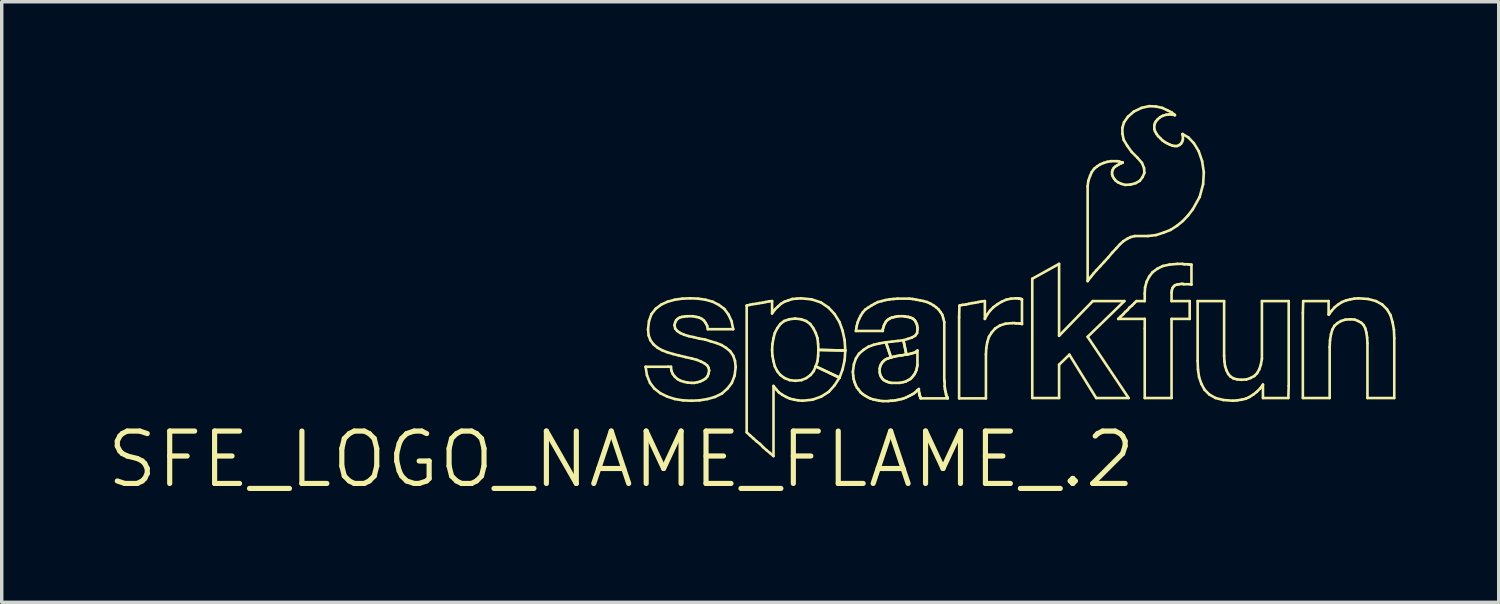
<source format=kicad_pcb>
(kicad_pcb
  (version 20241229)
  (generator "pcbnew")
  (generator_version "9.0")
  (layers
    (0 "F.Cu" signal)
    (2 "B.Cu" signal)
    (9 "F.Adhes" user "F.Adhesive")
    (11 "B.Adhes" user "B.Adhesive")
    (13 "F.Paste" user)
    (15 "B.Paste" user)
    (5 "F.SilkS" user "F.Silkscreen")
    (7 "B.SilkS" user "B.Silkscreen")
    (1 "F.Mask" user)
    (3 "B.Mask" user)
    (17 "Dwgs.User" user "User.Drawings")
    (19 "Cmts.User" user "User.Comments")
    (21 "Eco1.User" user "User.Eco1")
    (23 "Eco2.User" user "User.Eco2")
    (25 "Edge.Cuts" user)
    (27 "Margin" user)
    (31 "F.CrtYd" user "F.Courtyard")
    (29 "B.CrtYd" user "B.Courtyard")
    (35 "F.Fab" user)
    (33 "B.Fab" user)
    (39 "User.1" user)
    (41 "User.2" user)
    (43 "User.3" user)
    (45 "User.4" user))
  (footprint "SFE_LOGO_NAME_FLAME_.2"
    (layer "F.Cu")
    (at 15.022 10.317)
    (property "Reference" "SFE_LOGO_NAME_FLAME_.2" (at 0 0 0) (layer "F.SilkS") (effects (font (size 1.524 1.524) (thickness 0.15))))
    (attr exclude_from_pos_files exclude_from_bom)
    (fp_line (start 0.709 -2.697) (end 1.359 -2.697) (stroke (width 0.076) (type solid)) (layer "F.SilkS"))
    (fp_line (start 0.749 -2.449) (end 0.709 -2.697) (stroke (width 0.076) (type solid)) (layer "F.SilkS"))
    (fp_line (start 0.78 -3.78) (end 0.808 -4.028) (stroke (width 0.076) (type solid)) (layer "F.SilkS"))
    (fp_line (start 0.798 -3.609) (end 0.78 -3.78) (stroke (width 0.076) (type solid)) (layer "F.SilkS"))
    (fp_line (start 0.808 -4.028) (end 0.879 -4.229) (stroke (width 0.076) (type solid)) (layer "F.SilkS"))
    (fp_line (start 0.838 -2.228) (end 0.749 -2.449) (stroke (width 0.076) (type solid)) (layer "F.SilkS"))
    (fp_line (start 0.848 -3.47) (end 0.798 -3.609) (stroke (width 0.076) (type solid)) (layer "F.SilkS"))
    (fp_line (start 0.879 -4.229) (end 1.008 -4.389) (stroke (width 0.076) (type solid)) (layer "F.SilkS"))
    (fp_line (start 0.94 -3.348) (end 0.848 -3.47) (stroke (width 0.076) (type solid)) (layer "F.SilkS"))
    (fp_line (start 0.968 -2.06) (end 0.838 -2.228) (stroke (width 0.076) (type solid)) (layer "F.SilkS"))
    (fp_line (start 1.008 -4.389) (end 1.168 -4.508) (stroke (width 0.076) (type solid)) (layer "F.SilkS"))
    (fp_line (start 1.059 -3.249) (end 0.94 -3.348) (stroke (width 0.076) (type solid)) (layer "F.SilkS"))
    (fp_line (start 1.138 -1.928) (end 0.968 -2.06) (stroke (width 0.076) (type solid)) (layer "F.SilkS"))
    (fp_line (start 1.168 -4.508) (end 1.349 -4.59) (stroke (width 0.076) (type solid)) (layer "F.SilkS"))
    (fp_line (start 1.189 -3.178) (end 1.059 -3.249) (stroke (width 0.076) (type solid)) (layer "F.SilkS"))
    (fp_line (start 1.339 -3.119) (end 1.189 -3.178) (stroke (width 0.076) (type solid)) (layer "F.SilkS"))
    (fp_line (start 1.339 -1.829) (end 1.138 -1.928) (stroke (width 0.076) (type solid)) (layer "F.SilkS"))
    (fp_line (start 1.349 -4.59) (end 1.56 -4.648) (stroke (width 0.076) (type solid)) (layer "F.SilkS"))
    (fp_line (start 1.359 -2.697) (end 1.448 -2.697) (stroke (width 0.076) (type solid)) (layer "F.SilkS"))
    (fp_line (start 1.448 -2.697) (end 1.458 -2.588) (stroke (width 0.076) (type solid)) (layer "F.SilkS"))
    (fp_line (start 1.458 -2.588) (end 1.499 -2.489) (stroke (width 0.076) (type solid)) (layer "F.SilkS"))
    (fp_line (start 1.499 -2.489) (end 1.56 -2.408) (stroke (width 0.076) (type solid)) (layer "F.SilkS"))
    (fp_line (start 1.509 -3.068) (end 1.339 -3.119) (stroke (width 0.076) (type solid)) (layer "F.SilkS"))
    (fp_line (start 1.549 -3.909) (end 1.57 -3.81) (stroke (width 0.076) (type solid)) (layer "F.SilkS"))
    (fp_line (start 1.56 -4.648) (end 1.778 -4.679) (stroke (width 0.076) (type solid)) (layer "F.SilkS"))
    (fp_line (start 1.56 -2.408) (end 1.638 -2.339) (stroke (width 0.076) (type solid)) (layer "F.SilkS"))
    (fp_line (start 1.56 -1.758) (end 1.339 -1.829) (stroke (width 0.076) (type solid)) (layer "F.SilkS"))
    (fp_line (start 1.57 -3.988) (end 1.549 -3.909) (stroke (width 0.076) (type solid)) (layer "F.SilkS"))
    (fp_line (start 1.57 -3.81) (end 1.628 -3.739) (stroke (width 0.076) (type solid)) (layer "F.SilkS"))
    (fp_line (start 1.598 -4.049) (end 1.57 -3.988) (stroke (width 0.076) (type solid)) (layer "F.SilkS"))
    (fp_line (start 1.628 -3.739) (end 1.72 -3.678) (stroke (width 0.076) (type solid)) (layer "F.SilkS"))
    (fp_line (start 1.638 -4.089) (end 1.598 -4.049) (stroke (width 0.076) (type solid)) (layer "F.SilkS"))
    (fp_line (start 1.638 -2.339) (end 1.73 -2.289) (stroke (width 0.076) (type solid)) (layer "F.SilkS"))
    (fp_line (start 1.669 -3.028) (end 1.509 -3.068) (stroke (width 0.076) (type solid)) (layer "F.SilkS"))
    (fp_line (start 1.699 -4.128) (end 1.638 -4.089) (stroke (width 0.076) (type solid)) (layer "F.SilkS"))
    (fp_line (start 1.72 -3.678) (end 1.829 -3.63) (stroke (width 0.076) (type solid)) (layer "F.SilkS"))
    (fp_line (start 1.73 -2.289) (end 1.829 -2.258) (stroke (width 0.076) (type solid)) (layer "F.SilkS"))
    (fp_line (start 1.768 -4.148) (end 1.699 -4.128) (stroke (width 0.076) (type solid)) (layer "F.SilkS"))
    (fp_line (start 1.778 -4.679) (end 2.009 -4.689) (stroke (width 0.076) (type solid)) (layer "F.SilkS"))
    (fp_line (start 1.798 -1.72) (end 1.56 -1.758) (stroke (width 0.076) (type solid)) (layer "F.SilkS"))
    (fp_line (start 1.829 -3.63) (end 1.958 -3.589) (stroke (width 0.076) (type solid)) (layer "F.SilkS"))
    (fp_line (start 1.829 -2.258) (end 1.928 -2.238) (stroke (width 0.076) (type solid)) (layer "F.SilkS"))
    (fp_line (start 1.839 -4.158) (end 1.768 -4.148) (stroke (width 0.076) (type solid)) (layer "F.SilkS"))
    (fp_line (start 1.869 -2.979) (end 1.669 -3.028) (stroke (width 0.076) (type solid)) (layer "F.SilkS"))
    (fp_line (start 1.918 -4.168) (end 1.839 -4.158) (stroke (width 0.076) (type solid)) (layer "F.SilkS"))
    (fp_line (start 1.928 -2.238) (end 2.05 -2.228) (stroke (width 0.076) (type solid)) (layer "F.SilkS"))
    (fp_line (start 1.958 -3.589) (end 2.108 -3.559) (stroke (width 0.076) (type solid)) (layer "F.SilkS"))
    (fp_line (start 2.009 -4.689) (end 2.238 -4.679) (stroke (width 0.076) (type solid)) (layer "F.SilkS"))
    (fp_line (start 2.04 -1.709) (end 1.798 -1.72) (stroke (width 0.076) (type solid)) (layer "F.SilkS"))
    (fp_line (start 2.05 -2.939) (end 1.869 -2.979) (stroke (width 0.076) (type solid)) (layer "F.SilkS"))
    (fp_line (start 2.05 -2.228) (end 2.129 -2.228) (stroke (width 0.076) (type solid)) (layer "F.SilkS"))
    (fp_line (start 2.088 -4.168) (end 1.918 -4.168) (stroke (width 0.076) (type solid)) (layer "F.SilkS"))
    (fp_line (start 2.108 -3.559) (end 2.268 -3.518) (stroke (width 0.076) (type solid)) (layer "F.SilkS"))
    (fp_line (start 2.129 -2.228) (end 2.22 -2.248) (stroke (width 0.076) (type solid)) (layer "F.SilkS"))
    (fp_line (start 2.179 -4.148) (end 2.088 -4.168) (stroke (width 0.076) (type solid)) (layer "F.SilkS"))
    (fp_line (start 2.2 -2.898) (end 2.05 -2.939) (stroke (width 0.076) (type solid)) (layer "F.SilkS"))
    (fp_line (start 2.22 -2.248) (end 2.299 -2.268) (stroke (width 0.076) (type solid)) (layer "F.SilkS"))
    (fp_line (start 2.238 -4.679) (end 2.449 -4.648) (stroke (width 0.076) (type solid)) (layer "F.SilkS"))
    (fp_line (start 2.268 -4.128) (end 2.179 -4.148) (stroke (width 0.076) (type solid)) (layer "F.SilkS"))
    (fp_line (start 2.268 -3.518) (end 2.438 -3.49) (stroke (width 0.076) (type solid)) (layer "F.SilkS"))
    (fp_line (start 2.278 -1.72) (end 2.04 -1.709) (stroke (width 0.076) (type solid)) (layer "F.SilkS"))
    (fp_line (start 2.299 -2.268) (end 2.38 -2.309) (stroke (width 0.076) (type solid)) (layer "F.SilkS"))
    (fp_line (start 2.319 -2.85) (end 2.2 -2.898) (stroke (width 0.076) (type solid)) (layer "F.SilkS"))
    (fp_line (start 2.349 -4.089) (end 2.268 -4.128) (stroke (width 0.076) (type solid)) (layer "F.SilkS"))
    (fp_line (start 2.38 -2.309) (end 2.449 -2.349) (stroke (width 0.076) (type solid)) (layer "F.SilkS"))
    (fp_line (start 2.408 -4.039) (end 2.349 -4.089) (stroke (width 0.076) (type solid)) (layer "F.SilkS"))
    (fp_line (start 2.418 -2.799) (end 2.319 -2.85) (stroke (width 0.076) (type solid)) (layer "F.SilkS"))
    (fp_line (start 2.438 -3.49) (end 2.598 -3.439) (stroke (width 0.076) (type solid)) (layer "F.SilkS"))
    (fp_line (start 2.449 -4.648) (end 2.659 -4.59) (stroke (width 0.076) (type solid)) (layer "F.SilkS"))
    (fp_line (start 2.449 -2.349) (end 2.51 -2.418) (stroke (width 0.076) (type solid)) (layer "F.SilkS"))
    (fp_line (start 2.459 -3.967) (end 2.408 -4.039) (stroke (width 0.076) (type solid)) (layer "F.SilkS"))
    (fp_line (start 2.499 -3.889) (end 2.459 -3.967) (stroke (width 0.076) (type solid)) (layer "F.SilkS"))
    (fp_line (start 2.499 -2.738) (end 2.418 -2.799) (stroke (width 0.076) (type solid)) (layer "F.SilkS"))
    (fp_line (start 2.51 -2.418) (end 2.54 -2.499) (stroke (width 0.076) (type solid)) (layer "F.SilkS"))
    (fp_line (start 2.51 -1.758) (end 2.278 -1.72) (stroke (width 0.076) (type solid)) (layer "F.SilkS"))
    (fp_line (start 2.52 -3.79) (end 2.499 -3.889) (stroke (width 0.076) (type solid)) (layer "F.SilkS"))
    (fp_line (start 2.54 -2.67) (end 2.499 -2.738) (stroke (width 0.076) (type solid)) (layer "F.SilkS"))
    (fp_line (start 2.54 -2.499) (end 2.558 -2.588) (stroke (width 0.076) (type solid)) (layer "F.SilkS"))
    (fp_line (start 2.558 -2.588) (end 2.54 -2.67) (stroke (width 0.076) (type solid)) (layer "F.SilkS"))
    (fp_line (start 2.598 -3.439) (end 2.769 -3.388) (stroke (width 0.076) (type solid)) (layer "F.SilkS"))
    (fp_line (start 2.659 -4.59) (end 2.84 -4.498) (stroke (width 0.076) (type solid)) (layer "F.SilkS"))
    (fp_line (start 2.728 -1.819) (end 2.51 -1.758) (stroke (width 0.076) (type solid)) (layer "F.SilkS"))
    (fp_line (start 2.769 -3.388) (end 2.918 -3.33) (stroke (width 0.076) (type solid)) (layer "F.SilkS"))
    (fp_line (start 2.84 -4.498) (end 3 -4.379) (stroke (width 0.076) (type solid)) (layer "F.SilkS"))
    (fp_line (start 2.918 -3.33) (end 3.048 -3.249) (stroke (width 0.076) (type solid)) (layer "F.SilkS"))
    (fp_line (start 2.929 -1.918) (end 2.728 -1.819) (stroke (width 0.076) (type solid)) (layer "F.SilkS"))
    (fp_line (start 3 -4.379) (end 3.119 -4.219) (stroke (width 0.076) (type solid)) (layer "F.SilkS"))
    (fp_line (start 3.048 -3.249) (end 3.17 -3.15) (stroke (width 0.076) (type solid)) (layer "F.SilkS"))
    (fp_line (start 3.089 -2.06) (end 2.929 -1.918) (stroke (width 0.076) (type solid)) (layer "F.SilkS"))
    (fp_line (start 3.119 -4.219) (end 3.208 -4.028) (stroke (width 0.076) (type solid)) (layer "F.SilkS"))
    (fp_line (start 3.17 -3.15) (end 3.259 -3.018) (stroke (width 0.076) (type solid)) (layer "F.SilkS"))
    (fp_line (start 3.208 -4.028) (end 3.259 -3.79) (stroke (width 0.076) (type solid)) (layer "F.SilkS"))
    (fp_line (start 3.218 -2.228) (end 3.089 -2.06) (stroke (width 0.076) (type solid)) (layer "F.SilkS"))
    (fp_line (start 3.259 -3.79) (end 2.52 -3.79) (stroke (width 0.076) (type solid)) (layer "F.SilkS"))
    (fp_line (start 3.259 -3.018) (end 3.31 -2.868) (stroke (width 0.076) (type solid)) (layer "F.SilkS"))
    (fp_line (start 3.299 -2.438) (end 3.218 -2.228) (stroke (width 0.076) (type solid)) (layer "F.SilkS"))
    (fp_line (start 3.31 -2.868) (end 3.33 -2.69) (stroke (width 0.076) (type solid)) (layer "F.SilkS"))
    (fp_line (start 3.33 -2.69) (end 3.299 -2.438) (stroke (width 0.076) (type solid)) (layer "F.SilkS"))
    (fp_line (start 3.65 -4.478) (end 3.739 -4.498) (stroke (width 0.076) (type solid)) (layer "F.SilkS"))
    (fp_line (start 3.65 -0.79) (end 3.65 -4.478) (stroke (width 0.076) (type solid)) (layer "F.SilkS"))
    (fp_line (start 3.739 -4.498) (end 3.828 -4.519) (stroke (width 0.076) (type solid)) (layer "F.SilkS"))
    (fp_line (start 3.749 -0.699) (end 3.65 -0.79) (stroke (width 0.076) (type solid)) (layer "F.SilkS"))
    (fp_line (start 3.828 -4.519) (end 3.929 -4.529) (stroke (width 0.076) (type solid)) (layer "F.SilkS"))
    (fp_line (start 3.838 -0.62) (end 3.749 -0.699) (stroke (width 0.076) (type solid)) (layer "F.SilkS"))
    (fp_line (start 3.929 -4.529) (end 4.018 -4.549) (stroke (width 0.076) (type solid)) (layer "F.SilkS"))
    (fp_line (start 3.94 -0.528) (end 3.838 -0.62) (stroke (width 0.076) (type solid)) (layer "F.SilkS"))
    (fp_line (start 4.018 -4.549) (end 4.11 -4.559) (stroke (width 0.076) (type solid)) (layer "F.SilkS"))
    (fp_line (start 4.039 -0.45) (end 3.94 -0.528) (stroke (width 0.076) (type solid)) (layer "F.SilkS"))
    (fp_line (start 4.11 -4.559) (end 4.199 -4.58) (stroke (width 0.076) (type solid)) (layer "F.SilkS"))
    (fp_line (start 4.128 -0.358) (end 4.039 -0.45) (stroke (width 0.076) (type solid)) (layer "F.SilkS"))
    (fp_line (start 4.199 -4.58) (end 4.298 -4.6) (stroke (width 0.076) (type solid)) (layer "F.SilkS"))
    (fp_line (start 4.229 -0.269) (end 4.128 -0.358) (stroke (width 0.076) (type solid)) (layer "F.SilkS"))
    (fp_line (start 4.298 -4.6) (end 4.389 -4.608) (stroke (width 0.076) (type solid)) (layer "F.SilkS"))
    (fp_line (start 4.328 -0.188) (end 4.229 -0.269) (stroke (width 0.076) (type solid)) (layer "F.SilkS"))
    (fp_line (start 4.389 -4.608) (end 4.389 -4.249) (stroke (width 0.076) (type solid)) (layer "F.SilkS"))
    (fp_line (start 4.389 -4.249) (end 4.468 -4.359) (stroke (width 0.076) (type solid)) (layer "F.SilkS"))
    (fp_line (start 4.389 -3.188) (end 4.399 -3.018) (stroke (width 0.076) (type solid)) (layer "F.SilkS"))
    (fp_line (start 4.399 -3.358) (end 4.389 -3.188) (stroke (width 0.076) (type solid)) (layer "F.SilkS"))
    (fp_line (start 4.399 -3.018) (end 4.43 -2.857) (stroke (width 0.076) (type solid)) (layer "F.SilkS"))
    (fp_line (start 4.43 -3.528) (end 4.399 -3.358) (stroke (width 0.076) (type solid)) (layer "F.SilkS"))
    (fp_line (start 4.43 -2.857) (end 4.468 -2.708) (stroke (width 0.076) (type solid)) (layer "F.SilkS"))
    (fp_line (start 4.43 -2.139) (end 4.43 -0.099) (stroke (width 0.076) (type solid)) (layer "F.SilkS"))
    (fp_line (start 4.43 -0.099) (end 4.328 -0.188) (stroke (width 0.076) (type solid)) (layer "F.SilkS"))
    (fp_line (start 4.468 -4.359) (end 4.559 -4.448) (stroke (width 0.076) (type solid)) (layer "F.SilkS"))
    (fp_line (start 4.468 -3.678) (end 4.43 -3.528) (stroke (width 0.076) (type solid)) (layer "F.SilkS"))
    (fp_line (start 4.468 -2.708) (end 4.539 -2.568) (stroke (width 0.076) (type solid)) (layer "F.SilkS"))
    (fp_line (start 4.508 -2.04) (end 4.43 -2.139) (stroke (width 0.076) (type solid)) (layer "F.SilkS"))
    (fp_line (start 4.539 -3.818) (end 4.468 -3.678) (stroke (width 0.076) (type solid)) (layer "F.SilkS"))
    (fp_line (start 4.539 -2.568) (end 4.628 -2.459) (stroke (width 0.076) (type solid)) (layer "F.SilkS"))
    (fp_line (start 4.559 -4.448) (end 4.648 -4.529) (stroke (width 0.076) (type solid)) (layer "F.SilkS"))
    (fp_line (start 4.59 -1.948) (end 4.508 -2.04) (stroke (width 0.076) (type solid)) (layer "F.SilkS"))
    (fp_line (start 4.628 -3.94) (end 4.539 -3.818) (stroke (width 0.076) (type solid)) (layer "F.SilkS"))
    (fp_line (start 4.628 -2.459) (end 4.75 -2.37) (stroke (width 0.076) (type solid)) (layer "F.SilkS"))
    (fp_line (start 4.648 -4.529) (end 4.75 -4.59) (stroke (width 0.076) (type solid)) (layer "F.SilkS"))
    (fp_line (start 4.689 -1.88) (end 4.59 -1.948) (stroke (width 0.076) (type solid)) (layer "F.SilkS"))
    (fp_line (start 4.74 -4.028) (end 4.628 -3.94) (stroke (width 0.076) (type solid)) (layer "F.SilkS"))
    (fp_line (start 4.75 -4.59) (end 4.859 -4.628) (stroke (width 0.076) (type solid)) (layer "F.SilkS"))
    (fp_line (start 4.75 -2.37) (end 4.9 -2.309) (stroke (width 0.076) (type solid)) (layer "F.SilkS"))
    (fp_line (start 4.798 -1.819) (end 4.689 -1.88) (stroke (width 0.076) (type solid)) (layer "F.SilkS"))
    (fp_line (start 4.859 -4.628) (end 4.978 -4.669) (stroke (width 0.076) (type solid)) (layer "F.SilkS"))
    (fp_line (start 4.889 -4.079) (end 4.74 -4.028) (stroke (width 0.076) (type solid)) (layer "F.SilkS"))
    (fp_line (start 4.9 -2.309) (end 5.07 -2.289) (stroke (width 0.076) (type solid)) (layer "F.SilkS"))
    (fp_line (start 4.91 -1.768) (end 4.798 -1.819) (stroke (width 0.076) (type solid)) (layer "F.SilkS"))
    (fp_line (start 4.978 -4.669) (end 5.108 -4.679) (stroke (width 0.076) (type solid)) (layer "F.SilkS"))
    (fp_line (start 5.029 -1.74) (end 4.91 -1.768) (stroke (width 0.076) (type solid)) (layer "F.SilkS"))
    (fp_line (start 5.06 -4.1) (end 4.889 -4.079) (stroke (width 0.076) (type solid)) (layer "F.SilkS"))
    (fp_line (start 5.07 -2.289) (end 5.248 -2.309) (stroke (width 0.076) (type solid)) (layer "F.SilkS"))
    (fp_line (start 5.108 -4.679) (end 5.23 -4.689) (stroke (width 0.076) (type solid)) (layer "F.SilkS"))
    (fp_line (start 5.149 -1.72) (end 5.029 -1.74) (stroke (width 0.076) (type solid)) (layer "F.SilkS"))
    (fp_line (start 5.23 -4.689) (end 5.54 -4.658) (stroke (width 0.076) (type solid)) (layer "F.SilkS"))
    (fp_line (start 5.237 -4.079) (end 5.06 -4.1) (stroke (width 0.076) (type solid)) (layer "F.SilkS"))
    (fp_line (start 5.248 -2.309) (end 5.39 -2.37) (stroke (width 0.076) (type solid)) (layer "F.SilkS"))
    (fp_line (start 5.278 -1.709) (end 5.149 -1.72) (stroke (width 0.076) (type solid)) (layer "F.SilkS"))
    (fp_line (start 5.38 -4.028) (end 5.237 -4.079) (stroke (width 0.076) (type solid)) (layer "F.SilkS"))
    (fp_line (start 5.39 -2.37) (end 5.509 -2.459) (stroke (width 0.076) (type solid)) (layer "F.SilkS"))
    (fp_line (start 5.499 -3.94) (end 5.38 -4.028) (stroke (width 0.076) (type solid)) (layer "F.SilkS"))
    (fp_line (start 5.509 -2.459) (end 5.598 -2.568) (stroke (width 0.076) (type solid)) (layer "F.SilkS"))
    (fp_line (start 5.54 -4.658) (end 5.809 -4.569) (stroke (width 0.076) (type solid)) (layer "F.SilkS"))
    (fp_line (start 5.568 -1.74) (end 5.278 -1.709) (stroke (width 0.076) (type solid)) (layer "F.SilkS"))
    (fp_line (start 5.588 -3.818) (end 5.499 -3.94) (stroke (width 0.076) (type solid)) (layer "F.SilkS"))
    (fp_line (start 5.598 -2.568) (end 5.659 -2.708) (stroke (width 0.076) (type solid)) (layer "F.SilkS"))
    (fp_line (start 5.659 -3.678) (end 5.588 -3.818) (stroke (width 0.076) (type solid)) (layer "F.SilkS"))
    (fp_line (start 5.659 -2.708) (end 5.71 -2.857) (stroke (width 0.076) (type solid)) (layer "F.SilkS"))
    (fp_line (start 5.659 -2.708) (end 6.35 -2.38) (stroke (width 0.076) (type solid)) (layer "F.SilkS"))
    (fp_line (start 5.71 -3.528) (end 5.659 -3.678) (stroke (width 0.076) (type solid)) (layer "F.SilkS"))
    (fp_line (start 5.71 -2.857) (end 5.728 -3.018) (stroke (width 0.076) (type solid)) (layer "F.SilkS"))
    (fp_line (start 5.728 -3.358) (end 5.71 -3.528) (stroke (width 0.076) (type solid)) (layer "F.SilkS"))
    (fp_line (start 5.728 -3.018) (end 5.738 -3.188) (stroke (width 0.076) (type solid)) (layer "F.SilkS"))
    (fp_line (start 5.738 -3.188) (end 5.728 -3.358) (stroke (width 0.076) (type solid)) (layer "F.SilkS"))
    (fp_line (start 5.738 -3.188) (end 6.518 -3.17) (stroke (width 0.076) (type solid)) (layer "F.SilkS"))
    (fp_line (start 5.809 -4.569) (end 6.03 -4.42) (stroke (width 0.076) (type solid)) (layer "F.SilkS"))
    (fp_line (start 5.819 -1.829) (end 5.568 -1.74) (stroke (width 0.076) (type solid)) (layer "F.SilkS"))
    (fp_line (start 6.03 -4.42) (end 6.208 -4.229) (stroke (width 0.076) (type solid)) (layer "F.SilkS"))
    (fp_line (start 6.038 -1.968) (end 5.819 -1.829) (stroke (width 0.076) (type solid)) (layer "F.SilkS"))
    (fp_line (start 6.208 -4.229) (end 6.35 -3.998) (stroke (width 0.076) (type solid)) (layer "F.SilkS"))
    (fp_line (start 6.208 -2.159) (end 6.038 -1.968) (stroke (width 0.076) (type solid)) (layer "F.SilkS"))
    (fp_line (start 6.35 -3.998) (end 6.439 -3.749) (stroke (width 0.076) (type solid)) (layer "F.SilkS"))
    (fp_line (start 6.35 -2.38) (end 5.659 -2.708) (stroke (width 0.076) (type solid)) (layer "F.SilkS"))
    (fp_line (start 6.35 -2.38) (end 6.208 -2.159) (stroke (width 0.076) (type solid)) (layer "F.SilkS"))
    (fp_line (start 6.439 -3.749) (end 6.5 -3.47) (stroke (width 0.076) (type solid)) (layer "F.SilkS"))
    (fp_line (start 6.439 -2.619) (end 6.35 -2.38) (stroke (width 0.076) (type solid)) (layer "F.SilkS"))
    (fp_line (start 6.5 -3.47) (end 6.518 -3.17) (stroke (width 0.076) (type solid)) (layer "F.SilkS"))
    (fp_line (start 6.5 -2.888) (end 6.439 -2.619) (stroke (width 0.076) (type solid)) (layer "F.SilkS"))
    (fp_line (start 6.518 -3.17) (end 5.738 -3.188) (stroke (width 0.076) (type solid)) (layer "F.SilkS"))
    (fp_line (start 6.518 -3.17) (end 6.5 -2.888) (stroke (width 0.076) (type solid)) (layer "F.SilkS"))
    (fp_line (start 6.739 -2.548) (end 6.769 -2.769) (stroke (width 0.076) (type solid)) (layer "F.SilkS"))
    (fp_line (start 6.749 -2.438) (end 6.739 -2.548) (stroke (width 0.076) (type solid)) (layer "F.SilkS"))
    (fp_line (start 6.759 -2.349) (end 6.749 -2.438) (stroke (width 0.076) (type solid)) (layer "F.SilkS"))
    (fp_line (start 6.769 -2.769) (end 6.828 -2.939) (stroke (width 0.076) (type solid)) (layer "F.SilkS"))
    (fp_line (start 6.789 -2.248) (end 6.759 -2.349) (stroke (width 0.076) (type solid)) (layer "F.SilkS"))
    (fp_line (start 6.82 -2.169) (end 6.789 -2.248) (stroke (width 0.076) (type solid)) (layer "F.SilkS"))
    (fp_line (start 6.828 -3.739) (end 6.848 -3.868) (stroke (width 0.076) (type solid)) (layer "F.SilkS"))
    (fp_line (start 6.828 -2.939) (end 6.919 -3.078) (stroke (width 0.076) (type solid)) (layer "F.SilkS"))
    (fp_line (start 6.848 -3.868) (end 6.878 -3.988) (stroke (width 0.076) (type solid)) (layer "F.SilkS"))
    (fp_line (start 6.858 -2.088) (end 6.82 -2.169) (stroke (width 0.076) (type solid)) (layer "F.SilkS"))
    (fp_line (start 6.878 -3.988) (end 6.919 -4.089) (stroke (width 0.076) (type solid)) (layer "F.SilkS"))
    (fp_line (start 6.909 -2.029) (end 6.858 -2.088) (stroke (width 0.076) (type solid)) (layer "F.SilkS"))
    (fp_line (start 6.919 -4.089) (end 6.97 -4.188) (stroke (width 0.076) (type solid)) (layer "F.SilkS"))
    (fp_line (start 6.919 -3.078) (end 7.048 -3.188) (stroke (width 0.076) (type solid)) (layer "F.SilkS"))
    (fp_line (start 6.96 -1.958) (end 6.909 -2.029) (stroke (width 0.076) (type solid)) (layer "F.SilkS"))
    (fp_line (start 6.97 -4.188) (end 7.028 -4.28) (stroke (width 0.076) (type solid)) (layer "F.SilkS"))
    (fp_line (start 7.018 -1.908) (end 6.96 -1.958) (stroke (width 0.076) (type solid)) (layer "F.SilkS"))
    (fp_line (start 7.028 -4.28) (end 7.099 -4.359) (stroke (width 0.076) (type solid)) (layer "F.SilkS"))
    (fp_line (start 7.048 -3.188) (end 7.188 -3.279) (stroke (width 0.076) (type solid)) (layer "F.SilkS"))
    (fp_line (start 7.089 -1.859) (end 7.018 -1.908) (stroke (width 0.076) (type solid)) (layer "F.SilkS"))
    (fp_line (start 7.099 -4.359) (end 7.188 -4.42) (stroke (width 0.076) (type solid)) (layer "F.SilkS"))
    (fp_line (start 7.158 -1.819) (end 7.089 -1.859) (stroke (width 0.076) (type solid)) (layer "F.SilkS"))
    (fp_line (start 7.188 -4.42) (end 7.28 -4.478) (stroke (width 0.076) (type solid)) (layer "F.SilkS"))
    (fp_line (start 7.188 -3.279) (end 7.348 -3.338) (stroke (width 0.076) (type solid)) (layer "F.SilkS"))
    (fp_line (start 7.239 -1.778) (end 7.158 -1.819) (stroke (width 0.076) (type solid)) (layer "F.SilkS"))
    (fp_line (start 7.28 -4.478) (end 7.369 -4.529) (stroke (width 0.076) (type solid)) (layer "F.SilkS"))
    (fp_line (start 7.328 -1.748) (end 7.239 -1.778) (stroke (width 0.076) (type solid)) (layer "F.SilkS"))
    (fp_line (start 7.348 -3.338) (end 7.518 -3.378) (stroke (width 0.076) (type solid)) (layer "F.SilkS"))
    (fp_line (start 7.369 -4.529) (end 7.468 -4.58) (stroke (width 0.076) (type solid)) (layer "F.SilkS"))
    (fp_line (start 7.419 -1.73) (end 7.328 -1.748) (stroke (width 0.076) (type solid)) (layer "F.SilkS"))
    (fp_line (start 7.468 -4.58) (end 7.579 -4.608) (stroke (width 0.076) (type solid)) (layer "F.SilkS"))
    (fp_line (start 7.508 -1.709) (end 7.419 -1.73) (stroke (width 0.076) (type solid)) (layer "F.SilkS"))
    (fp_line (start 7.518 -3.378) (end 7.699 -3.409) (stroke (width 0.076) (type solid)) (layer "F.SilkS"))
    (fp_line (start 7.518 -2.639) (end 7.518 -2.54) (stroke (width 0.076) (type solid)) (layer "F.SilkS"))
    (fp_line (start 7.518 -2.54) (end 7.529 -2.489) (stroke (width 0.076) (type solid)) (layer "F.SilkS"))
    (fp_line (start 7.529 -2.69) (end 7.518 -2.639) (stroke (width 0.076) (type solid)) (layer "F.SilkS"))
    (fp_line (start 7.529 -2.489) (end 7.539 -2.449) (stroke (width 0.076) (type solid)) (layer "F.SilkS"))
    (fp_line (start 7.539 -2.728) (end 7.529 -2.69) (stroke (width 0.076) (type solid)) (layer "F.SilkS"))
    (fp_line (start 7.539 -2.449) (end 7.559 -2.408) (stroke (width 0.076) (type solid)) (layer "F.SilkS"))
    (fp_line (start 7.559 -2.769) (end 7.539 -2.728) (stroke (width 0.076) (type solid)) (layer "F.SilkS"))
    (fp_line (start 7.559 -2.408) (end 7.579 -2.38) (stroke (width 0.076) (type solid)) (layer "F.SilkS"))
    (fp_line (start 7.579 -4.608) (end 7.689 -4.638) (stroke (width 0.076) (type solid)) (layer "F.SilkS"))
    (fp_line (start 7.579 -2.799) (end 7.559 -2.769) (stroke (width 0.076) (type solid)) (layer "F.SilkS"))
    (fp_line (start 7.579 -2.38) (end 7.6 -2.349) (stroke (width 0.076) (type solid)) (layer "F.SilkS"))
    (fp_line (start 7.6 -2.83) (end 7.579 -2.799) (stroke (width 0.076) (type solid)) (layer "F.SilkS"))
    (fp_line (start 7.6 -2.349) (end 7.628 -2.319) (stroke (width 0.076) (type solid)) (layer "F.SilkS"))
    (fp_line (start 7.61 -3.79) (end 7.61 -3.739) (stroke (width 0.076) (type solid)) (layer "F.SilkS"))
    (fp_line (start 7.61 -3.739) (end 6.828 -3.739) (stroke (width 0.076) (type solid)) (layer "F.SilkS"))
    (fp_line (start 7.61 -1.699) (end 7.508 -1.709) (stroke (width 0.076) (type solid)) (layer "F.SilkS"))
    (fp_line (start 7.628 -3.838) (end 7.61 -3.79) (stroke (width 0.076) (type solid)) (layer "F.SilkS"))
    (fp_line (start 7.628 -2.857) (end 7.6 -2.83) (stroke (width 0.076) (type solid)) (layer "F.SilkS"))
    (fp_line (start 7.628 -2.319) (end 7.658 -2.299) (stroke (width 0.076) (type solid)) (layer "F.SilkS"))
    (fp_line (start 7.638 -3.889) (end 7.628 -3.838) (stroke (width 0.076) (type solid)) (layer "F.SilkS"))
    (fp_line (start 7.658 -3.929) (end 7.638 -3.889) (stroke (width 0.076) (type solid)) (layer "F.SilkS"))
    (fp_line (start 7.658 -2.888) (end 7.628 -2.857) (stroke (width 0.076) (type solid)) (layer "F.SilkS"))
    (fp_line (start 7.658 -2.299) (end 7.699 -2.278) (stroke (width 0.076) (type solid)) (layer "F.SilkS"))
    (fp_line (start 7.678 -3.967) (end 7.658 -3.929) (stroke (width 0.076) (type solid)) (layer "F.SilkS"))
    (fp_line (start 7.689 -4.638) (end 7.808 -4.658) (stroke (width 0.076) (type solid)) (layer "F.SilkS"))
    (fp_line (start 7.689 -2.908) (end 7.658 -2.888) (stroke (width 0.076) (type solid)) (layer "F.SilkS"))
    (fp_line (start 7.699 -4.008) (end 7.678 -3.967) (stroke (width 0.076) (type solid)) (layer "F.SilkS"))
    (fp_line (start 7.699 -3.409) (end 7.849 -2.969) (stroke (width 0.076) (type solid)) (layer "F.SilkS"))
    (fp_line (start 7.699 -3.409) (end 7.879 -3.429) (stroke (width 0.076) (type solid)) (layer "F.SilkS"))
    (fp_line (start 7.699 -2.278) (end 7.729 -2.268) (stroke (width 0.076) (type solid)) (layer "F.SilkS"))
    (fp_line (start 7.729 -4.039) (end 7.699 -4.008) (stroke (width 0.076) (type solid)) (layer "F.SilkS"))
    (fp_line (start 7.729 -2.929) (end 7.689 -2.908) (stroke (width 0.076) (type solid)) (layer "F.SilkS"))
    (fp_line (start 7.729 -2.268) (end 7.77 -2.248) (stroke (width 0.076) (type solid)) (layer "F.SilkS"))
    (fp_line (start 7.76 -4.069) (end 7.729 -4.039) (stroke (width 0.076) (type solid)) (layer "F.SilkS"))
    (fp_line (start 7.77 -2.939) (end 7.729 -2.929) (stroke (width 0.076) (type solid)) (layer "F.SilkS"))
    (fp_line (start 7.77 -2.248) (end 7.808 -2.238) (stroke (width 0.076) (type solid)) (layer "F.SilkS"))
    (fp_line (start 7.77 -1.699) (end 7.61 -1.699) (stroke (width 0.076) (type solid)) (layer "F.SilkS"))
    (fp_line (start 7.798 -4.089) (end 7.76 -4.069) (stroke (width 0.076) (type solid)) (layer "F.SilkS"))
    (fp_line (start 7.808 -4.658) (end 7.92 -4.669) (stroke (width 0.076) (type solid)) (layer "F.SilkS"))
    (fp_line (start 7.808 -2.959) (end 7.77 -2.939) (stroke (width 0.076) (type solid)) (layer "F.SilkS"))
    (fp_line (start 7.808 -2.238) (end 7.859 -2.228) (stroke (width 0.076) (type solid)) (layer "F.SilkS"))
    (fp_line (start 7.828 -4.11) (end 7.798 -4.089) (stroke (width 0.076) (type solid)) (layer "F.SilkS"))
    (fp_line (start 7.838 -1.709) (end 7.77 -1.699) (stroke (width 0.076) (type solid)) (layer "F.SilkS"))
    (fp_line (start 7.849 -2.969) (end 7.699 -3.409) (stroke (width 0.076) (type solid)) (layer "F.SilkS"))
    (fp_line (start 7.849 -2.969) (end 7.808 -2.959) (stroke (width 0.076) (type solid)) (layer "F.SilkS"))
    (fp_line (start 7.859 -2.228) (end 8.098 -2.228) (stroke (width 0.076) (type solid)) (layer "F.SilkS"))
    (fp_line (start 7.869 -4.128) (end 7.828 -4.11) (stroke (width 0.076) (type solid)) (layer "F.SilkS"))
    (fp_line (start 7.879 -3.429) (end 8.049 -3.449) (stroke (width 0.076) (type solid)) (layer "F.SilkS"))
    (fp_line (start 7.889 -2.979) (end 7.849 -2.969) (stroke (width 0.076) (type solid)) (layer "F.SilkS"))
    (fp_line (start 7.899 -1.709) (end 7.838 -1.709) (stroke (width 0.076) (type solid)) (layer "F.SilkS"))
    (fp_line (start 7.92 -4.669) (end 8.039 -4.679) (stroke (width 0.076) (type solid)) (layer "F.SilkS"))
    (fp_line (start 7.92 -4.138) (end 7.869 -4.128) (stroke (width 0.076) (type solid)) (layer "F.SilkS"))
    (fp_line (start 7.93 -2.99) (end 7.889 -2.979) (stroke (width 0.076) (type solid)) (layer "F.SilkS"))
    (fp_line (start 7.958 -4.148) (end 7.92 -4.138) (stroke (width 0.076) (type solid)) (layer "F.SilkS"))
    (fp_line (start 7.968 -1.72) (end 7.899 -1.709) (stroke (width 0.076) (type solid)) (layer "F.SilkS"))
    (fp_line (start 7.978 -3) (end 7.93 -2.99) (stroke (width 0.076) (type solid)) (layer "F.SilkS"))
    (fp_line (start 8.009 -4.158) (end 7.958 -4.148) (stroke (width 0.076) (type solid)) (layer "F.SilkS"))
    (fp_line (start 8.019 -3.01) (end 7.978 -3) (stroke (width 0.076) (type solid)) (layer "F.SilkS"))
    (fp_line (start 8.029 -1.73) (end 7.968 -1.72) (stroke (width 0.076) (type solid)) (layer "F.SilkS"))
    (fp_line (start 8.039 -4.679) (end 8.379 -4.679) (stroke (width 0.076) (type solid)) (layer "F.SilkS"))
    (fp_line (start 8.049 -3.449) (end 8.209 -3.47) (stroke (width 0.076) (type solid)) (layer "F.SilkS"))
    (fp_line (start 8.07 -4.168) (end 8.009 -4.158) (stroke (width 0.076) (type solid)) (layer "F.SilkS"))
    (fp_line (start 8.07 -3.018) (end 8.019 -3.01) (stroke (width 0.076) (type solid)) (layer "F.SilkS"))
    (fp_line (start 8.098 -2.228) (end 8.199 -2.248) (stroke (width 0.076) (type solid)) (layer "F.SilkS"))
    (fp_line (start 8.098 -1.748) (end 8.029 -1.73) (stroke (width 0.076) (type solid)) (layer "F.SilkS"))
    (fp_line (start 8.118 -3.028) (end 8.07 -3.018) (stroke (width 0.076) (type solid)) (layer "F.SilkS"))
    (fp_line (start 8.158 -3.028) (end 8.118 -3.028) (stroke (width 0.076) (type solid)) (layer "F.SilkS"))
    (fp_line (start 8.158 -1.758) (end 8.098 -1.748) (stroke (width 0.076) (type solid)) (layer "F.SilkS"))
    (fp_line (start 8.199 -2.248) (end 8.278 -2.268) (stroke (width 0.076) (type solid)) (layer "F.SilkS"))
    (fp_line (start 8.209 -3.47) (end 8.298 -3.048) (stroke (width 0.076) (type solid)) (layer "F.SilkS"))
    (fp_line (start 8.209 -3.47) (end 8.339 -3.508) (stroke (width 0.076) (type solid)) (layer "F.SilkS"))
    (fp_line (start 8.209 -3.038) (end 8.158 -3.028) (stroke (width 0.076) (type solid)) (layer "F.SilkS"))
    (fp_line (start 8.219 -4.168) (end 8.07 -4.168) (stroke (width 0.076) (type solid)) (layer "F.SilkS"))
    (fp_line (start 8.219 -1.778) (end 8.158 -1.758) (stroke (width 0.076) (type solid)) (layer "F.SilkS"))
    (fp_line (start 8.25 -3.048) (end 8.209 -3.038) (stroke (width 0.076) (type solid)) (layer "F.SilkS"))
    (fp_line (start 8.268 -4.158) (end 8.219 -4.168) (stroke (width 0.076) (type solid)) (layer "F.SilkS"))
    (fp_line (start 8.278 -2.268) (end 8.349 -2.309) (stroke (width 0.076) (type solid)) (layer "F.SilkS"))
    (fp_line (start 8.278 -1.798) (end 8.219 -1.778) (stroke (width 0.076) (type solid)) (layer "F.SilkS"))
    (fp_line (start 8.298 -3.048) (end 8.209 -3.47) (stroke (width 0.076) (type solid)) (layer "F.SilkS"))
    (fp_line (start 8.298 -3.048) (end 8.25 -3.048) (stroke (width 0.076) (type solid)) (layer "F.SilkS"))
    (fp_line (start 8.319 -4.148) (end 8.268 -4.158) (stroke (width 0.076) (type solid)) (layer "F.SilkS"))
    (fp_line (start 8.339 -3.508) (end 8.458 -3.548) (stroke (width 0.076) (type solid)) (layer "F.SilkS"))
    (fp_line (start 8.339 -3.058) (end 8.298 -3.048) (stroke (width 0.076) (type solid)) (layer "F.SilkS"))
    (fp_line (start 8.339 -1.829) (end 8.278 -1.798) (stroke (width 0.076) (type solid)) (layer "F.SilkS"))
    (fp_line (start 8.349 -2.309) (end 8.41 -2.339) (stroke (width 0.076) (type solid)) (layer "F.SilkS"))
    (fp_line (start 8.359 -4.148) (end 8.319 -4.148) (stroke (width 0.076) (type solid)) (layer "F.SilkS"))
    (fp_line (start 8.379 -4.679) (end 8.479 -4.669) (stroke (width 0.076) (type solid)) (layer "F.SilkS"))
    (fp_line (start 8.379 -3.068) (end 8.339 -3.058) (stroke (width 0.076) (type solid)) (layer "F.SilkS"))
    (fp_line (start 8.4 -4.128) (end 8.359 -4.148) (stroke (width 0.076) (type solid)) (layer "F.SilkS"))
    (fp_line (start 8.4 -1.859) (end 8.339 -1.829) (stroke (width 0.076) (type solid)) (layer "F.SilkS"))
    (fp_line (start 8.41 -2.339) (end 8.458 -2.388) (stroke (width 0.076) (type solid)) (layer "F.SilkS"))
    (fp_line (start 8.428 -3.078) (end 8.379 -3.068) (stroke (width 0.076) (type solid)) (layer "F.SilkS"))
    (fp_line (start 8.438 -4.12) (end 8.4 -4.128) (stroke (width 0.076) (type solid)) (layer "F.SilkS"))
    (fp_line (start 8.458 -3.548) (end 8.55 -3.599) (stroke (width 0.076) (type solid)) (layer "F.SilkS"))
    (fp_line (start 8.458 -3.089) (end 8.428 -3.078) (stroke (width 0.076) (type solid)) (layer "F.SilkS"))
    (fp_line (start 8.458 -2.388) (end 8.499 -2.438) (stroke (width 0.076) (type solid)) (layer "F.SilkS"))
    (fp_line (start 8.458 -1.89) (end 8.4 -1.859) (stroke (width 0.076) (type solid)) (layer "F.SilkS"))
    (fp_line (start 8.479 -4.669) (end 8.588 -4.648) (stroke (width 0.076) (type solid)) (layer "F.SilkS"))
    (fp_line (start 8.479 -4.1) (end 8.438 -4.12) (stroke (width 0.076) (type solid)) (layer "F.SilkS"))
    (fp_line (start 8.499 -3.099) (end 8.458 -3.089) (stroke (width 0.076) (type solid)) (layer "F.SilkS"))
    (fp_line (start 8.499 -2.438) (end 8.539 -2.489) (stroke (width 0.076) (type solid)) (layer "F.SilkS"))
    (fp_line (start 8.509 -4.079) (end 8.479 -4.1) (stroke (width 0.076) (type solid)) (layer "F.SilkS"))
    (fp_line (start 8.509 -1.918) (end 8.458 -1.89) (stroke (width 0.076) (type solid)) (layer "F.SilkS"))
    (fp_line (start 8.539 -4.049) (end 8.509 -4.079) (stroke (width 0.076) (type solid)) (layer "F.SilkS"))
    (fp_line (start 8.539 -3.109) (end 8.499 -3.099) (stroke (width 0.076) (type solid)) (layer "F.SilkS"))
    (fp_line (start 8.539 -2.489) (end 8.56 -2.54) (stroke (width 0.076) (type solid)) (layer "F.SilkS"))
    (fp_line (start 8.55 -3.599) (end 8.608 -3.678) (stroke (width 0.076) (type solid)) (layer "F.SilkS"))
    (fp_line (start 8.56 -4.018) (end 8.539 -4.049) (stroke (width 0.076) (type solid)) (layer "F.SilkS"))
    (fp_line (start 8.56 -2.54) (end 8.588 -2.598) (stroke (width 0.076) (type solid)) (layer "F.SilkS"))
    (fp_line (start 8.56 -1.958) (end 8.509 -1.918) (stroke (width 0.076) (type solid)) (layer "F.SilkS"))
    (fp_line (start 8.57 -3.129) (end 8.539 -3.109) (stroke (width 0.076) (type solid)) (layer "F.SilkS"))
    (fp_line (start 8.578 -3.978) (end 8.56 -4.018) (stroke (width 0.076) (type solid)) (layer "F.SilkS"))
    (fp_line (start 8.588 -4.648) (end 8.7 -4.628) (stroke (width 0.076) (type solid)) (layer "F.SilkS"))
    (fp_line (start 8.588 -2.598) (end 8.598 -2.649) (stroke (width 0.076) (type solid)) (layer "F.SilkS"))
    (fp_line (start 8.598 -3.94) (end 8.578 -3.978) (stroke (width 0.076) (type solid)) (layer "F.SilkS"))
    (fp_line (start 8.598 -3.15) (end 8.57 -3.129) (stroke (width 0.076) (type solid)) (layer "F.SilkS"))
    (fp_line (start 8.598 -2.649) (end 8.608 -2.697) (stroke (width 0.076) (type solid)) (layer "F.SilkS"))
    (fp_line (start 8.608 -3.899) (end 8.598 -3.94) (stroke (width 0.076) (type solid)) (layer "F.SilkS"))
    (fp_line (start 8.608 -3.678) (end 8.618 -3.78) (stroke (width 0.076) (type solid)) (layer "F.SilkS"))
    (fp_line (start 8.608 -2.697) (end 8.618 -2.748) (stroke (width 0.076) (type solid)) (layer "F.SilkS"))
    (fp_line (start 8.608 -2.009) (end 8.56 -1.958) (stroke (width 0.076) (type solid)) (layer "F.SilkS"))
    (fp_line (start 8.618 -3.838) (end 8.608 -3.899) (stroke (width 0.076) (type solid)) (layer "F.SilkS"))
    (fp_line (start 8.618 -3.78) (end 8.618 -3.838) (stroke (width 0.076) (type solid)) (layer "F.SilkS"))
    (fp_line (start 8.618 -3.17) (end 8.598 -3.15) (stroke (width 0.076) (type solid)) (layer "F.SilkS"))
    (fp_line (start 8.618 -2.748) (end 8.618 -3.17) (stroke (width 0.076) (type solid)) (layer "F.SilkS"))
    (fp_line (start 8.659 -2.05) (end 8.608 -2.009) (stroke (width 0.076) (type solid)) (layer "F.SilkS"))
    (fp_line (start 8.659 -1.968) (end 8.659 -2.05) (stroke (width 0.076) (type solid)) (layer "F.SilkS"))
    (fp_line (start 8.669 -1.948) (end 8.659 -1.968) (stroke (width 0.076) (type solid)) (layer "F.SilkS"))
    (fp_line (start 8.669 -1.908) (end 8.669 -1.948) (stroke (width 0.076) (type solid)) (layer "F.SilkS"))
    (fp_line (start 8.679 -1.9) (end 8.669 -1.908) (stroke (width 0.076) (type solid)) (layer "F.SilkS"))
    (fp_line (start 8.679 -1.859) (end 8.679 -1.9) (stroke (width 0.076) (type solid)) (layer "F.SilkS"))
    (fp_line (start 8.689 -1.849) (end 8.679 -1.859) (stroke (width 0.076) (type solid)) (layer "F.SilkS"))
    (fp_line (start 8.7 -4.628) (end 8.799 -4.608) (stroke (width 0.076) (type solid)) (layer "F.SilkS"))
    (fp_line (start 8.7 -1.829) (end 8.689 -1.849) (stroke (width 0.076) (type solid)) (layer "F.SilkS"))
    (fp_line (start 8.7 -1.808) (end 8.7 -1.829) (stroke (width 0.076) (type solid)) (layer "F.SilkS"))
    (fp_line (start 8.71 -1.798) (end 8.7 -1.808) (stroke (width 0.076) (type solid)) (layer "F.SilkS"))
    (fp_line (start 8.71 -1.778) (end 8.71 -1.798) (stroke (width 0.076) (type solid)) (layer "F.SilkS"))
    (fp_line (start 8.799 -4.608) (end 8.898 -4.58) (stroke (width 0.076) (type solid)) (layer "F.SilkS"))
    (fp_line (start 8.898 -4.58) (end 8.989 -4.539) (stroke (width 0.076) (type solid)) (layer "F.SilkS"))
    (fp_line (start 8.989 -4.539) (end 9.078 -4.488) (stroke (width 0.076) (type solid)) (layer "F.SilkS"))
    (fp_line (start 9.078 -4.488) (end 9.159 -4.43) (stroke (width 0.076) (type solid)) (layer "F.SilkS"))
    (fp_line (start 9.159 -4.43) (end 9.228 -4.369) (stroke (width 0.076) (type solid)) (layer "F.SilkS"))
    (fp_line (start 9.228 -4.369) (end 9.289 -4.288) (stroke (width 0.076) (type solid)) (layer "F.SilkS"))
    (fp_line (start 9.289 -4.288) (end 9.34 -4.209) (stroke (width 0.076) (type solid)) (layer "F.SilkS"))
    (fp_line (start 9.34 -4.209) (end 9.368 -4.11) (stroke (width 0.076) (type solid)) (layer "F.SilkS"))
    (fp_line (start 9.368 -4.11) (end 9.398 -3.998) (stroke (width 0.076) (type solid)) (layer "F.SilkS"))
    (fp_line (start 9.398 -3.998) (end 9.398 -2.309) (stroke (width 0.076) (type solid)) (layer "F.SilkS"))
    (fp_line (start 9.398 -2.309) (end 9.408 -2.258) (stroke (width 0.076) (type solid)) (layer "F.SilkS"))
    (fp_line (start 9.408 -2.258) (end 9.408 -2.129) (stroke (width 0.076) (type solid)) (layer "F.SilkS"))
    (fp_line (start 9.408 -2.129) (end 9.418 -2.078) (stroke (width 0.076) (type solid)) (layer "F.SilkS"))
    (fp_line (start 9.418 -2.078) (end 9.418 -2.04) (stroke (width 0.076) (type solid)) (layer "F.SilkS"))
    (fp_line (start 9.418 -2.04) (end 9.428 -1.999) (stroke (width 0.076) (type solid)) (layer "F.SilkS"))
    (fp_line (start 9.428 -1.999) (end 9.439 -1.958) (stroke (width 0.076) (type solid)) (layer "F.SilkS"))
    (fp_line (start 9.439 -1.958) (end 9.449 -1.918) (stroke (width 0.076) (type solid)) (layer "F.SilkS"))
    (fp_line (start 9.449 -1.918) (end 9.449 -1.89) (stroke (width 0.076) (type solid)) (layer "F.SilkS"))
    (fp_line (start 9.449 -1.89) (end 9.459 -1.859) (stroke (width 0.076) (type solid)) (layer "F.SilkS"))
    (fp_line (start 9.459 -1.859) (end 9.479 -1.829) (stroke (width 0.076) (type solid)) (layer "F.SilkS"))
    (fp_line (start 9.479 -1.829) (end 9.489 -1.798) (stroke (width 0.076) (type solid)) (layer "F.SilkS"))
    (fp_line (start 9.489 -1.798) (end 9.5 -1.778) (stroke (width 0.076) (type solid)) (layer "F.SilkS"))
    (fp_line (start 9.5 -1.778) (end 8.71 -1.778) (stroke (width 0.076) (type solid)) (layer "F.SilkS"))
    (fp_line (start 9.83 -4.138) (end 9.84 -4.478) (stroke (width 0.076) (type solid)) (layer "F.SilkS"))
    (fp_line (start 9.83 -1.778) (end 9.83 -4.138) (stroke (width 0.076) (type solid)) (layer "F.SilkS"))
    (fp_line (start 9.84 -4.478) (end 9.929 -4.498) (stroke (width 0.076) (type solid)) (layer "F.SilkS"))
    (fp_line (start 9.929 -4.498) (end 10.028 -4.508) (stroke (width 0.076) (type solid)) (layer "F.SilkS"))
    (fp_line (start 10.028 -4.508) (end 10.119 -4.529) (stroke (width 0.076) (type solid)) (layer "F.SilkS"))
    (fp_line (start 10.119 -4.529) (end 10.208 -4.549) (stroke (width 0.076) (type solid)) (layer "F.SilkS"))
    (fp_line (start 10.208 -4.549) (end 10.3 -4.559) (stroke (width 0.076) (type solid)) (layer "F.SilkS"))
    (fp_line (start 10.3 -4.559) (end 10.389 -4.58) (stroke (width 0.076) (type solid)) (layer "F.SilkS"))
    (fp_line (start 10.389 -4.58) (end 10.488 -4.6) (stroke (width 0.076) (type solid)) (layer "F.SilkS"))
    (fp_line (start 10.488 -4.6) (end 10.579 -4.608) (stroke (width 0.076) (type solid)) (layer "F.SilkS"))
    (fp_line (start 10.579 -4.608) (end 10.579 -4.089) (stroke (width 0.076) (type solid)) (layer "F.SilkS"))
    (fp_line (start 10.579 -4.089) (end 10.648 -4.219) (stroke (width 0.076) (type solid)) (layer "F.SilkS"))
    (fp_line (start 10.61 -3.058) (end 10.61 -1.778) (stroke (width 0.076) (type solid)) (layer "F.SilkS"))
    (fp_line (start 10.61 -1.778) (end 9.83 -1.778) (stroke (width 0.076) (type solid)) (layer "F.SilkS"))
    (fp_line (start 10.62 -3.239) (end 10.61 -3.058) (stroke (width 0.076) (type solid)) (layer "F.SilkS"))
    (fp_line (start 10.648 -4.219) (end 10.729 -4.328) (stroke (width 0.076) (type solid)) (layer "F.SilkS"))
    (fp_line (start 10.648 -3.409) (end 10.62 -3.239) (stroke (width 0.076) (type solid)) (layer "F.SilkS"))
    (fp_line (start 10.698 -3.569) (end 10.648 -3.409) (stroke (width 0.076) (type solid)) (layer "F.SilkS"))
    (fp_line (start 10.729 -4.328) (end 10.828 -4.43) (stroke (width 0.076) (type solid)) (layer "F.SilkS"))
    (fp_line (start 10.78 -3.698) (end 10.698 -3.569) (stroke (width 0.076) (type solid)) (layer "F.SilkS"))
    (fp_line (start 10.828 -4.43) (end 10.95 -4.519) (stroke (width 0.076) (type solid)) (layer "F.SilkS"))
    (fp_line (start 10.879 -3.81) (end 10.78 -3.698) (stroke (width 0.076) (type solid)) (layer "F.SilkS"))
    (fp_line (start 10.95 -4.519) (end 11.069 -4.59) (stroke (width 0.076) (type solid)) (layer "F.SilkS"))
    (fp_line (start 11.019 -3.899) (end 10.879 -3.81) (stroke (width 0.076) (type solid)) (layer "F.SilkS"))
    (fp_line (start 11.069 -4.59) (end 11.199 -4.648) (stroke (width 0.076) (type solid)) (layer "F.SilkS"))
    (fp_line (start 11.179 -3.95) (end 11.019 -3.899) (stroke (width 0.076) (type solid)) (layer "F.SilkS"))
    (fp_line (start 11.199 -4.648) (end 11.339 -4.679) (stroke (width 0.076) (type solid)) (layer "F.SilkS"))
    (fp_line (start 11.339 -4.679) (end 11.488 -4.689) (stroke (width 0.076) (type solid)) (layer "F.SilkS"))
    (fp_line (start 11.379 -3.967) (end 11.179 -3.95) (stroke (width 0.076) (type solid)) (layer "F.SilkS"))
    (fp_line (start 11.448 -3.967) (end 11.379 -3.967) (stroke (width 0.076) (type solid)) (layer "F.SilkS"))
    (fp_line (start 11.488 -4.689) (end 11.549 -4.689) (stroke (width 0.076) (type solid)) (layer "F.SilkS"))
    (fp_line (start 11.488 -3.96) (end 11.448 -3.967) (stroke (width 0.076) (type solid)) (layer "F.SilkS"))
    (fp_line (start 11.549 -4.689) (end 11.57 -4.679) (stroke (width 0.076) (type solid)) (layer "F.SilkS"))
    (fp_line (start 11.56 -3.96) (end 11.488 -3.96) (stroke (width 0.076) (type solid)) (layer "F.SilkS"))
    (fp_line (start 11.57 -4.679) (end 11.587 -4.679) (stroke (width 0.076) (type solid)) (layer "F.SilkS"))
    (fp_line (start 11.587 -4.679) (end 11.618 -4.669) (stroke (width 0.076) (type solid)) (layer "F.SilkS"))
    (fp_line (start 11.598 -3.95) (end 11.56 -3.96) (stroke (width 0.076) (type solid)) (layer "F.SilkS"))
    (fp_line (start 11.618 -4.669) (end 11.638 -4.669) (stroke (width 0.076) (type solid)) (layer "F.SilkS"))
    (fp_line (start 11.628 -3.95) (end 11.598 -3.95) (stroke (width 0.076) (type solid)) (layer "F.SilkS"))
    (fp_line (start 11.638 -4.669) (end 11.659 -4.658) (stroke (width 0.076) (type solid)) (layer "F.SilkS"))
    (fp_line (start 11.659 -4.658) (end 11.659 -3.94) (stroke (width 0.076) (type solid)) (layer "F.SilkS"))
    (fp_line (start 11.659 -3.94) (end 11.628 -3.95) (stroke (width 0.076) (type solid)) (layer "F.SilkS"))
    (fp_line (start 11.958 -5.258) (end 12.738 -5.69) (stroke (width 0.076) (type solid)) (layer "F.SilkS"))
    (fp_line (start 11.958 -1.788) (end 11.958 -5.258) (stroke (width 0.076) (type solid)) (layer "F.SilkS"))
    (fp_line (start 12.738 -5.69) (end 12.738 -3.599) (stroke (width 0.076) (type solid)) (layer "F.SilkS"))
    (fp_line (start 12.738 -3.599) (end 13.719 -4.608) (stroke (width 0.076) (type solid)) (layer "F.SilkS"))
    (fp_line (start 12.738 -2.758) (end 12.738 -1.788) (stroke (width 0.076) (type solid)) (layer "F.SilkS"))
    (fp_line (start 12.738 -1.788) (end 11.958 -1.788) (stroke (width 0.076) (type solid)) (layer "F.SilkS"))
    (fp_line (start 13.038 -3.048) (end 12.738 -2.758) (stroke (width 0.076) (type solid)) (layer "F.SilkS"))
    (fp_line (start 13.569 -7.948) (end 13.569 -5.189) (stroke (width 0.076) (type solid)) (layer "F.SilkS"))
    (fp_line (start 13.569 -5.189) (end 13.579 -5.21) (stroke (width 0.076) (type solid)) (layer "F.SilkS"))
    (fp_line (start 13.569 -3.569) (end 14.76 -1.788) (stroke (width 0.076) (type solid)) (layer "F.SilkS"))
    (fp_line (start 13.579 -5.21) (end 13.609 -5.248) (stroke (width 0.076) (type solid)) (layer "F.SilkS"))
    (fp_line (start 13.589 -8.108) (end 13.569 -7.948) (stroke (width 0.076) (type solid)) (layer "F.SilkS"))
    (fp_line (start 13.609 -5.248) (end 13.668 -5.319) (stroke (width 0.076) (type solid)) (layer "F.SilkS"))
    (fp_line (start 13.64 -8.25) (end 13.589 -8.108) (stroke (width 0.076) (type solid)) (layer "F.SilkS"))
    (fp_line (start 13.668 -5.319) (end 13.739 -5.408) (stroke (width 0.076) (type solid)) (layer "F.SilkS"))
    (fp_line (start 13.688 -8.359) (end 13.64 -8.25) (stroke (width 0.076) (type solid)) (layer "F.SilkS"))
    (fp_line (start 13.719 -4.608) (end 14.638 -4.608) (stroke (width 0.076) (type solid)) (layer "F.SilkS"))
    (fp_line (start 13.739 -5.408) (end 13.828 -5.509) (stroke (width 0.076) (type solid)) (layer "F.SilkS"))
    (fp_line (start 13.759 -8.458) (end 13.688 -8.359) (stroke (width 0.076) (type solid)) (layer "F.SilkS"))
    (fp_line (start 13.818 -1.788) (end 13.038 -3.048) (stroke (width 0.076) (type solid)) (layer "F.SilkS"))
    (fp_line (start 13.828 -5.509) (end 13.94 -5.629) (stroke (width 0.076) (type solid)) (layer "F.SilkS"))
    (fp_line (start 13.848 -8.529) (end 13.759 -8.458) (stroke (width 0.076) (type solid)) (layer "F.SilkS"))
    (fp_line (start 13.94 -8.588) (end 13.848 -8.529) (stroke (width 0.076) (type solid)) (layer "F.SilkS"))
    (fp_line (start 13.94 -5.629) (end 14.049 -5.748) (stroke (width 0.076) (type solid)) (layer "F.SilkS"))
    (fp_line (start 14.039 -8.628) (end 13.94 -8.588) (stroke (width 0.076) (type solid)) (layer "F.SilkS"))
    (fp_line (start 14.049 -5.748) (end 14.168 -5.878) (stroke (width 0.076) (type solid)) (layer "F.SilkS"))
    (fp_line (start 14.138 -8.659) (end 14.039 -8.628) (stroke (width 0.076) (type solid)) (layer "F.SilkS"))
    (fp_line (start 14.168 -5.878) (end 14.287 -6.02) (stroke (width 0.076) (type solid)) (layer "F.SilkS"))
    (fp_line (start 14.249 -8.679) (end 14.138 -8.659) (stroke (width 0.076) (type solid)) (layer "F.SilkS"))
    (fp_line (start 14.28 -8.369) (end 14.298 -8.428) (stroke (width 0.076) (type solid)) (layer "F.SilkS"))
    (fp_line (start 14.28 -8.298) (end 14.28 -8.369) (stroke (width 0.076) (type solid)) (layer "F.SilkS"))
    (fp_line (start 14.287 -6.02) (end 14.409 -6.149) (stroke (width 0.076) (type solid)) (layer "F.SilkS"))
    (fp_line (start 14.298 -8.428) (end 14.328 -8.479) (stroke (width 0.076) (type solid)) (layer "F.SilkS"))
    (fp_line (start 14.298 -8.24) (end 14.28 -8.298) (stroke (width 0.076) (type solid)) (layer "F.SilkS"))
    (fp_line (start 14.328 -8.479) (end 14.369 -8.519) (stroke (width 0.076) (type solid)) (layer "F.SilkS"))
    (fp_line (start 14.338 -8.169) (end 14.298 -8.24) (stroke (width 0.076) (type solid)) (layer "F.SilkS"))
    (fp_line (start 14.369 -8.519) (end 14.42 -8.55) (stroke (width 0.076) (type solid)) (layer "F.SilkS"))
    (fp_line (start 14.389 -8.108) (end 14.338 -8.169) (stroke (width 0.076) (type solid)) (layer "F.SilkS"))
    (fp_line (start 14.409 -6.149) (end 14.508 -6.259) (stroke (width 0.076) (type solid)) (layer "F.SilkS"))
    (fp_line (start 14.42 -8.679) (end 14.249 -8.679) (stroke (width 0.076) (type solid)) (layer "F.SilkS"))
    (fp_line (start 14.42 -8.55) (end 14.468 -8.578) (stroke (width 0.076) (type solid)) (layer "F.SilkS"))
    (fp_line (start 14.458 -8.059) (end 14.389 -8.108) (stroke (width 0.076) (type solid)) (layer "F.SilkS"))
    (fp_line (start 14.458 -4.089) (end 14.529 -4.158) (stroke (width 0.076) (type solid)) (layer "F.SilkS"))
    (fp_line (start 14.468 -8.578) (end 14.508 -8.608) (stroke (width 0.076) (type solid)) (layer "F.SilkS"))
    (fp_line (start 14.488 -8.669) (end 14.42 -8.679) (stroke (width 0.076) (type solid)) (layer "F.SilkS"))
    (fp_line (start 14.508 -8.608) (end 14.549 -8.618) (stroke (width 0.076) (type solid)) (layer "F.SilkS"))
    (fp_line (start 14.508 -6.259) (end 14.608 -6.35) (stroke (width 0.076) (type solid)) (layer "F.SilkS"))
    (fp_line (start 14.529 -4.158) (end 14.6 -4.219) (stroke (width 0.076) (type solid)) (layer "F.SilkS"))
    (fp_line (start 14.539 -8.649) (end 14.488 -8.669) (stroke (width 0.076) (type solid)) (layer "F.SilkS"))
    (fp_line (start 14.549 -8.618) (end 14.58 -8.639) (stroke (width 0.076) (type solid)) (layer "F.SilkS"))
    (fp_line (start 14.549 -8.019) (end 14.458 -8.059) (stroke (width 0.076) (type solid)) (layer "F.SilkS"))
    (fp_line (start 14.569 -8.639) (end 14.539 -8.649) (stroke (width 0.076) (type solid)) (layer "F.SilkS"))
    (fp_line (start 14.58 -9.649) (end 14.58 -9.479) (stroke (width 0.076) (type solid)) (layer "F.SilkS"))
    (fp_line (start 14.58 -9.479) (end 14.618 -9.299) (stroke (width 0.076) (type solid)) (layer "F.SilkS"))
    (fp_line (start 14.58 -8.639) (end 14.59 -8.639) (stroke (width 0.076) (type solid)) (layer "F.SilkS"))
    (fp_line (start 14.59 -8.639) (end 14.569 -8.639) (stroke (width 0.076) (type solid)) (layer "F.SilkS"))
    (fp_line (start 14.6 -4.219) (end 14.658 -4.288) (stroke (width 0.076) (type solid)) (layer "F.SilkS"))
    (fp_line (start 14.608 -6.35) (end 14.719 -6.419) (stroke (width 0.076) (type solid)) (layer "F.SilkS"))
    (fp_line (start 14.618 -9.299) (end 14.719 -9.129) (stroke (width 0.076) (type solid)) (layer "F.SilkS"))
    (fp_line (start 14.628 -9.809) (end 14.58 -9.649) (stroke (width 0.076) (type solid)) (layer "F.SilkS"))
    (fp_line (start 14.638 -4.608) (end 13.569 -3.569) (stroke (width 0.076) (type solid)) (layer "F.SilkS"))
    (fp_line (start 14.658 -7.988) (end 14.549 -8.019) (stroke (width 0.076) (type solid)) (layer "F.SilkS"))
    (fp_line (start 14.658 -4.288) (end 14.729 -4.348) (stroke (width 0.076) (type solid)) (layer "F.SilkS"))
    (fp_line (start 14.719 -9.129) (end 14.849 -8.948) (stroke (width 0.076) (type solid)) (layer "F.SilkS"))
    (fp_line (start 14.719 -6.419) (end 14.818 -6.469) (stroke (width 0.076) (type solid)) (layer "F.SilkS"))
    (fp_line (start 14.729 -4.348) (end 14.788 -4.42) (stroke (width 0.076) (type solid)) (layer "F.SilkS"))
    (fp_line (start 14.74 -9.97) (end 14.628 -9.809) (stroke (width 0.076) (type solid)) (layer "F.SilkS"))
    (fp_line (start 14.76 -1.788) (end 13.818 -1.788) (stroke (width 0.076) (type solid)) (layer "F.SilkS"))
    (fp_line (start 14.788 -4.42) (end 14.859 -4.478) (stroke (width 0.076) (type solid)) (layer "F.SilkS"))
    (fp_line (start 14.818 -7.998) (end 14.658 -7.988) (stroke (width 0.076) (type solid)) (layer "F.SilkS"))
    (fp_line (start 14.818 -6.469) (end 14.938 -6.5) (stroke (width 0.076) (type solid)) (layer "F.SilkS"))
    (fp_line (start 14.849 -8.948) (end 15.019 -8.778) (stroke (width 0.076) (type solid)) (layer "F.SilkS"))
    (fp_line (start 14.859 -4.478) (end 14.928 -4.549) (stroke (width 0.076) (type solid)) (layer "F.SilkS"))
    (fp_line (start 14.91 -10.119) (end 14.74 -9.97) (stroke (width 0.076) (type solid)) (layer "F.SilkS"))
    (fp_line (start 14.928 -4.549) (end 14.989 -4.608) (stroke (width 0.076) (type solid)) (layer "F.SilkS"))
    (fp_line (start 14.938 -6.5) (end 15.319 -6.5) (stroke (width 0.076) (type solid)) (layer "F.SilkS"))
    (fp_line (start 14.968 -8.039) (end 14.818 -7.998) (stroke (width 0.076) (type solid)) (layer "F.SilkS"))
    (fp_line (start 14.989 -4.608) (end 15.23 -4.608) (stroke (width 0.076) (type solid)) (layer "F.SilkS"))
    (fp_line (start 15.019 -8.778) (end 15.149 -8.628) (stroke (width 0.076) (type solid)) (layer "F.SilkS"))
    (fp_line (start 15.088 -8.108) (end 14.968 -8.039) (stroke (width 0.076) (type solid)) (layer "F.SilkS"))
    (fp_line (start 15.138 -10.229) (end 14.91 -10.119) (stroke (width 0.076) (type solid)) (layer "F.SilkS"))
    (fp_line (start 15.149 -8.628) (end 15.21 -8.479) (stroke (width 0.076) (type solid)) (layer "F.SilkS"))
    (fp_line (start 15.169 -8.219) (end 15.088 -8.108) (stroke (width 0.076) (type solid)) (layer "F.SilkS"))
    (fp_line (start 15.21 -8.479) (end 15.22 -8.339) (stroke (width 0.076) (type solid)) (layer "F.SilkS"))
    (fp_line (start 15.22 -8.339) (end 15.169 -8.219) (stroke (width 0.076) (type solid)) (layer "F.SilkS"))
    (fp_line (start 15.23 -4.829) (end 15.24 -5.009) (stroke (width 0.076) (type solid)) (layer "F.SilkS"))
    (fp_line (start 15.23 -4.608) (end 15.23 -4.829) (stroke (width 0.076) (type solid)) (layer "F.SilkS"))
    (fp_line (start 15.23 -4.089) (end 14.458 -4.089) (stroke (width 0.076) (type solid)) (layer "F.SilkS"))
    (fp_line (start 15.23 -3.81) (end 15.23 -4.089) (stroke (width 0.076) (type solid)) (layer "F.SilkS"))
    (fp_line (start 15.23 -1.788) (end 15.23 -3.81) (stroke (width 0.076) (type solid)) (layer "F.SilkS"))
    (fp_line (start 15.24 -5.009) (end 15.288 -5.179) (stroke (width 0.076) (type solid)) (layer "F.SilkS"))
    (fp_line (start 15.288 -5.179) (end 15.359 -5.319) (stroke (width 0.076) (type solid)) (layer "F.SilkS"))
    (fp_line (start 15.319 -6.5) (end 15.557 -6.528) (stroke (width 0.076) (type solid)) (layer "F.SilkS"))
    (fp_line (start 15.359 -10.279) (end 15.138 -10.229) (stroke (width 0.076) (type solid)) (layer "F.SilkS"))
    (fp_line (start 15.359 -5.319) (end 15.458 -5.448) (stroke (width 0.076) (type solid)) (layer "F.SilkS"))
    (fp_line (start 15.458 -5.448) (end 15.598 -5.55) (stroke (width 0.076) (type solid)) (layer "F.SilkS"))
    (fp_line (start 15.509 -9.728) (end 15.53 -9.789) (stroke (width 0.076) (type solid)) (layer "F.SilkS"))
    (fp_line (start 15.509 -9.609) (end 15.509 -9.728) (stroke (width 0.076) (type solid)) (layer "F.SilkS"))
    (fp_line (start 15.53 -9.789) (end 15.557 -9.84) (stroke (width 0.076) (type solid)) (layer "F.SilkS"))
    (fp_line (start 15.53 -9.548) (end 15.509 -9.609) (stroke (width 0.076) (type solid)) (layer "F.SilkS"))
    (fp_line (start 15.557 -10.269) (end 15.359 -10.279) (stroke (width 0.076) (type solid)) (layer "F.SilkS"))
    (fp_line (start 15.557 -9.84) (end 15.608 -9.898) (stroke (width 0.076) (type solid)) (layer "F.SilkS"))
    (fp_line (start 15.557 -6.528) (end 15.778 -6.599) (stroke (width 0.076) (type solid)) (layer "F.SilkS"))
    (fp_line (start 15.568 -9.479) (end 15.53 -9.548) (stroke (width 0.076) (type solid)) (layer "F.SilkS"))
    (fp_line (start 15.598 -5.55) (end 15.758 -5.629) (stroke (width 0.076) (type solid)) (layer "F.SilkS"))
    (fp_line (start 15.608 -9.898) (end 15.679 -9.959) (stroke (width 0.076) (type solid)) (layer "F.SilkS"))
    (fp_line (start 15.618 -9.408) (end 15.568 -9.479) (stroke (width 0.076) (type solid)) (layer "F.SilkS"))
    (fp_line (start 15.679 -9.959) (end 15.758 -10) (stroke (width 0.076) (type solid)) (layer "F.SilkS"))
    (fp_line (start 15.679 -9.35) (end 15.618 -9.408) (stroke (width 0.076) (type solid)) (layer "F.SilkS"))
    (fp_line (start 15.738 -10.229) (end 15.557 -10.269) (stroke (width 0.076) (type solid)) (layer "F.SilkS"))
    (fp_line (start 15.738 -9.289) (end 15.679 -9.35) (stroke (width 0.076) (type solid)) (layer "F.SilkS"))
    (fp_line (start 15.758 -10) (end 15.85 -10.028) (stroke (width 0.076) (type solid)) (layer "F.SilkS"))
    (fp_line (start 15.758 -5.629) (end 15.949 -5.669) (stroke (width 0.076) (type solid)) (layer "F.SilkS"))
    (fp_line (start 15.778 -6.599) (end 15.979 -6.678) (stroke (width 0.076) (type solid)) (layer "F.SilkS"))
    (fp_line (start 15.809 -9.238) (end 15.738 -9.289) (stroke (width 0.076) (type solid)) (layer "F.SilkS"))
    (fp_line (start 15.85 -10.028) (end 15.928 -10.038) (stroke (width 0.076) (type solid)) (layer "F.SilkS"))
    (fp_line (start 15.878 -9.2) (end 15.809 -9.238) (stroke (width 0.076) (type solid)) (layer "F.SilkS"))
    (fp_line (start 15.888 -10.16) (end 15.738 -10.229) (stroke (width 0.076) (type solid)) (layer "F.SilkS"))
    (fp_line (start 15.928 -10.038) (end 15.999 -10.038) (stroke (width 0.076) (type solid)) (layer "F.SilkS"))
    (fp_line (start 15.949 -5.669) (end 16.18 -5.69) (stroke (width 0.076) (type solid)) (layer "F.SilkS"))
    (fp_line (start 15.959 -9.159) (end 15.878 -9.2) (stroke (width 0.076) (type solid)) (layer "F.SilkS"))
    (fp_line (start 15.979 -6.678) (end 16.17 -6.8) (stroke (width 0.076) (type solid)) (layer "F.SilkS"))
    (fp_line (start 15.999 -10.038) (end 16.058 -10.028) (stroke (width 0.076) (type solid)) (layer "F.SilkS"))
    (fp_line (start 16.01 -10.099) (end 15.888 -10.16) (stroke (width 0.076) (type solid)) (layer "F.SilkS"))
    (fp_line (start 16.01 -4.859) (end 16.01 -4.608) (stroke (width 0.076) (type solid)) (layer "F.SilkS"))
    (fp_line (start 16.01 -4.608) (end 16.538 -4.608) (stroke (width 0.076) (type solid)) (layer "F.SilkS"))
    (fp_line (start 16.01 -4.089) (end 16.01 -1.788) (stroke (width 0.076) (type solid)) (layer "F.SilkS"))
    (fp_line (start 16.01 -1.788) (end 15.23 -1.788) (stroke (width 0.076) (type solid)) (layer "F.SilkS"))
    (fp_line (start 16.02 -4.928) (end 16.01 -4.859) (stroke (width 0.076) (type solid)) (layer "F.SilkS"))
    (fp_line (start 16.038 -9.129) (end 15.959 -9.159) (stroke (width 0.076) (type solid)) (layer "F.SilkS"))
    (fp_line (start 16.038 -4.989) (end 16.02 -4.928) (stroke (width 0.076) (type solid)) (layer "F.SilkS"))
    (fp_line (start 16.058 -10.028) (end 16.099 -10.018) (stroke (width 0.076) (type solid)) (layer "F.SilkS"))
    (fp_line (start 16.068 -5.029) (end 16.038 -4.989) (stroke (width 0.076) (type solid)) (layer "F.SilkS"))
    (fp_line (start 16.088 -10.038) (end 16.01 -10.099) (stroke (width 0.076) (type solid)) (layer "F.SilkS"))
    (fp_line (start 16.099 -10.018) (end 16.109 -10.018) (stroke (width 0.076) (type solid)) (layer "F.SilkS"))
    (fp_line (start 16.109 -10.018) (end 16.088 -10.038) (stroke (width 0.076) (type solid)) (layer "F.SilkS"))
    (fp_line (start 16.109 -9.119) (end 16.038 -9.129) (stroke (width 0.076) (type solid)) (layer "F.SilkS"))
    (fp_line (start 16.109 -5.07) (end 16.068 -5.029) (stroke (width 0.076) (type solid)) (layer "F.SilkS"))
    (fp_line (start 16.17 -9.119) (end 16.109 -9.119) (stroke (width 0.076) (type solid)) (layer "F.SilkS"))
    (fp_line (start 16.17 -6.8) (end 16.34 -6.939) (stroke (width 0.076) (type solid)) (layer "F.SilkS"))
    (fp_line (start 16.17 -5.088) (end 16.109 -5.07) (stroke (width 0.076) (type solid)) (layer "F.SilkS"))
    (fp_line (start 16.18 -5.69) (end 16.33 -5.69) (stroke (width 0.076) (type solid)) (layer "F.SilkS"))
    (fp_line (start 16.228 -5.098) (end 16.17 -5.088) (stroke (width 0.076) (type solid)) (layer "F.SilkS"))
    (fp_line (start 16.238 -9.149) (end 16.17 -9.119) (stroke (width 0.076) (type solid)) (layer "F.SilkS"))
    (fp_line (start 16.289 -9.19) (end 16.238 -9.149) (stroke (width 0.076) (type solid)) (layer "F.SilkS"))
    (fp_line (start 16.299 -5.108) (end 16.228 -5.098) (stroke (width 0.076) (type solid)) (layer "F.SilkS"))
    (fp_line (start 16.32 -9.248) (end 16.289 -9.19) (stroke (width 0.076) (type solid)) (layer "F.SilkS"))
    (fp_line (start 16.33 -9.469) (end 16.33 -9.449) (stroke (width 0.076) (type solid)) (layer "F.SilkS"))
    (fp_line (start 16.33 -9.449) (end 16.34 -9.418) (stroke (width 0.076) (type solid)) (layer "F.SilkS"))
    (fp_line (start 16.33 -5.69) (end 16.378 -5.679) (stroke (width 0.076) (type solid)) (layer "F.SilkS"))
    (fp_line (start 16.34 -9.418) (end 16.34 -9.309) (stroke (width 0.076) (type solid)) (layer "F.SilkS"))
    (fp_line (start 16.34 -9.309) (end 16.32 -9.248) (stroke (width 0.076) (type solid)) (layer "F.SilkS"))
    (fp_line (start 16.34 -6.939) (end 16.49 -7.099) (stroke (width 0.076) (type solid)) (layer "F.SilkS"))
    (fp_line (start 16.34 -5.108) (end 16.299 -5.108) (stroke (width 0.076) (type solid)) (layer "F.SilkS"))
    (fp_line (start 16.368 -5.098) (end 16.34 -5.108) (stroke (width 0.076) (type solid)) (layer "F.SilkS"))
    (fp_line (start 16.378 -5.679) (end 16.49 -5.679) (stroke (width 0.076) (type solid)) (layer "F.SilkS"))
    (fp_line (start 16.49 -7.099) (end 16.629 -7.28) (stroke (width 0.076) (type solid)) (layer "F.SilkS"))
    (fp_line (start 16.49 -5.679) (end 16.538 -5.669) (stroke (width 0.076) (type solid)) (layer "F.SilkS"))
    (fp_line (start 16.5 -9.368) (end 16.33 -9.469) (stroke (width 0.076) (type solid)) (layer "F.SilkS"))
    (fp_line (start 16.538 -5.669) (end 16.589 -5.669) (stroke (width 0.076) (type solid)) (layer "F.SilkS"))
    (fp_line (start 16.538 -4.608) (end 16.538 -4.089) (stroke (width 0.076) (type solid)) (layer "F.SilkS"))
    (fp_line (start 16.538 -4.089) (end 16.01 -4.089) (stroke (width 0.076) (type solid)) (layer "F.SilkS"))
    (fp_line (start 16.548 -5.098) (end 16.368 -5.098) (stroke (width 0.076) (type solid)) (layer "F.SilkS"))
    (fp_line (start 16.589 -5.669) (end 16.589 -5.088) (stroke (width 0.076) (type solid)) (layer "F.SilkS"))
    (fp_line (start 16.589 -5.088) (end 16.548 -5.098) (stroke (width 0.076) (type solid)) (layer "F.SilkS"))
    (fp_line (start 16.629 -7.28) (end 16.828 -7.638) (stroke (width 0.076) (type solid)) (layer "F.SilkS"))
    (fp_line (start 16.66 -9.2) (end 16.5 -9.368) (stroke (width 0.076) (type solid)) (layer "F.SilkS"))
    (fp_line (start 16.769 -4.608) (end 17.539 -4.608) (stroke (width 0.076) (type solid)) (layer "F.SilkS"))
    (fp_line (start 16.769 -2.868) (end 16.769 -4.608) (stroke (width 0.076) (type solid)) (layer "F.SilkS"))
    (fp_line (start 16.779 -2.619) (end 16.769 -2.868) (stroke (width 0.076) (type solid)) (layer "F.SilkS"))
    (fp_line (start 16.8 -8.969) (end 16.66 -9.2) (stroke (width 0.076) (type solid)) (layer "F.SilkS"))
    (fp_line (start 16.81 -2.398) (end 16.779 -2.619) (stroke (width 0.076) (type solid)) (layer "F.SilkS"))
    (fp_line (start 16.828 -7.638) (end 16.929 -8.009) (stroke (width 0.076) (type solid)) (layer "F.SilkS"))
    (fp_line (start 16.878 -2.2) (end 16.81 -2.398) (stroke (width 0.076) (type solid)) (layer "F.SilkS"))
    (fp_line (start 16.899 -8.679) (end 16.8 -8.969) (stroke (width 0.076) (type solid)) (layer "F.SilkS"))
    (fp_line (start 16.929 -8.009) (end 16.949 -8.359) (stroke (width 0.076) (type solid)) (layer "F.SilkS"))
    (fp_line (start 16.949 -8.359) (end 16.899 -8.679) (stroke (width 0.076) (type solid)) (layer "F.SilkS"))
    (fp_line (start 16.97 -2.029) (end 16.878 -2.2) (stroke (width 0.076) (type solid)) (layer "F.SilkS"))
    (fp_line (start 17.109 -1.89) (end 16.97 -2.029) (stroke (width 0.076) (type solid)) (layer "F.SilkS"))
    (fp_line (start 17.29 -1.788) (end 17.109 -1.89) (stroke (width 0.076) (type solid)) (layer "F.SilkS"))
    (fp_line (start 17.518 -1.73) (end 17.29 -1.788) (stroke (width 0.076) (type solid)) (layer "F.SilkS"))
    (fp_line (start 17.539 -4.608) (end 17.539 -3.018) (stroke (width 0.076) (type solid)) (layer "F.SilkS"))
    (fp_line (start 17.539 -3.018) (end 17.549 -2.85) (stroke (width 0.076) (type solid)) (layer "F.SilkS"))
    (fp_line (start 17.549 -2.85) (end 17.569 -2.708) (stroke (width 0.076) (type solid)) (layer "F.SilkS"))
    (fp_line (start 17.569 -2.708) (end 17.61 -2.588) (stroke (width 0.076) (type solid)) (layer "F.SilkS"))
    (fp_line (start 17.61 -2.588) (end 17.658 -2.489) (stroke (width 0.076) (type solid)) (layer "F.SilkS"))
    (fp_line (start 17.658 -2.489) (end 17.719 -2.418) (stroke (width 0.076) (type solid)) (layer "F.SilkS"))
    (fp_line (start 17.719 -2.418) (end 17.808 -2.36) (stroke (width 0.076) (type solid)) (layer "F.SilkS"))
    (fp_line (start 17.798 -1.709) (end 17.518 -1.73) (stroke (width 0.076) (type solid)) (layer "F.SilkS"))
    (fp_line (start 17.808 -2.36) (end 17.92 -2.329) (stroke (width 0.076) (type solid)) (layer "F.SilkS"))
    (fp_line (start 17.92 -2.329) (end 18.039 -2.319) (stroke (width 0.076) (type solid)) (layer "F.SilkS"))
    (fp_line (start 17.92 -1.72) (end 17.798 -1.709) (stroke (width 0.076) (type solid)) (layer "F.SilkS"))
    (fp_line (start 18.039 -2.319) (end 18.189 -2.329) (stroke (width 0.076) (type solid)) (layer "F.SilkS"))
    (fp_line (start 18.049 -1.74) (end 17.92 -1.72) (stroke (width 0.076) (type solid)) (layer "F.SilkS"))
    (fp_line (start 18.169 -1.768) (end 18.049 -1.74) (stroke (width 0.076) (type solid)) (layer "F.SilkS"))
    (fp_line (start 18.189 -2.329) (end 18.308 -2.37) (stroke (width 0.076) (type solid)) (layer "F.SilkS"))
    (fp_line (start 18.278 -1.819) (end 18.169 -1.768) (stroke (width 0.076) (type solid)) (layer "F.SilkS"))
    (fp_line (start 18.308 -2.37) (end 18.418 -2.428) (stroke (width 0.076) (type solid)) (layer "F.SilkS"))
    (fp_line (start 18.39 -1.89) (end 18.278 -1.819) (stroke (width 0.076) (type solid)) (layer "F.SilkS"))
    (fp_line (start 18.418 -2.428) (end 18.499 -2.51) (stroke (width 0.076) (type solid)) (layer "F.SilkS"))
    (fp_line (start 18.489 -1.968) (end 18.39 -1.89) (stroke (width 0.076) (type solid)) (layer "F.SilkS"))
    (fp_line (start 18.499 -2.51) (end 18.56 -2.619) (stroke (width 0.076) (type solid)) (layer "F.SilkS"))
    (fp_line (start 18.56 -2.619) (end 18.608 -2.758) (stroke (width 0.076) (type solid)) (layer "F.SilkS"))
    (fp_line (start 18.588 -2.068) (end 18.489 -1.968) (stroke (width 0.076) (type solid)) (layer "F.SilkS"))
    (fp_line (start 18.608 -2.758) (end 18.639 -2.929) (stroke (width 0.076) (type solid)) (layer "F.SilkS"))
    (fp_line (start 18.639 -4.608) (end 19.418 -4.608) (stroke (width 0.076) (type solid)) (layer "F.SilkS"))
    (fp_line (start 18.639 -2.929) (end 18.639 -4.608) (stroke (width 0.076) (type solid)) (layer "F.SilkS"))
    (fp_line (start 18.669 -2.179) (end 18.588 -2.068) (stroke (width 0.076) (type solid)) (layer "F.SilkS"))
    (fp_line (start 18.669 -1.788) (end 18.669 -2.179) (stroke (width 0.076) (type solid)) (layer "F.SilkS"))
    (fp_line (start 19.408 -1.788) (end 18.669 -1.788) (stroke (width 0.076) (type solid)) (layer "F.SilkS"))
    (fp_line (start 19.418 -4.608) (end 19.418 -2.139) (stroke (width 0.076) (type solid)) (layer "F.SilkS"))
    (fp_line (start 19.418 -2.139) (end 19.408 -1.788) (stroke (width 0.076) (type solid)) (layer "F.SilkS"))
    (fp_line (start 19.83 -4.26) (end 19.84 -4.608) (stroke (width 0.076) (type solid)) (layer "F.SilkS"))
    (fp_line (start 19.83 -1.788) (end 19.83 -4.26) (stroke (width 0.076) (type solid)) (layer "F.SilkS"))
    (fp_line (start 19.84 -4.608) (end 20.579 -4.608) (stroke (width 0.076) (type solid)) (layer "F.SilkS"))
    (fp_line (start 20.579 -4.608) (end 20.579 -4.219) (stroke (width 0.076) (type solid)) (layer "F.SilkS"))
    (fp_line (start 20.579 -4.219) (end 20.589 -4.219) (stroke (width 0.076) (type solid)) (layer "F.SilkS"))
    (fp_line (start 20.589 -4.219) (end 20.668 -4.328) (stroke (width 0.076) (type solid)) (layer "F.SilkS"))
    (fp_line (start 20.61 -3.269) (end 20.61 -1.788) (stroke (width 0.076) (type solid)) (layer "F.SilkS"))
    (fp_line (start 20.61 -1.788) (end 19.83 -1.788) (stroke (width 0.076) (type solid)) (layer "F.SilkS"))
    (fp_line (start 20.62 -3.47) (end 20.61 -3.269) (stroke (width 0.076) (type solid)) (layer "F.SilkS"))
    (fp_line (start 20.648 -3.64) (end 20.62 -3.47) (stroke (width 0.076) (type solid)) (layer "F.SilkS"))
    (fp_line (start 20.668 -4.328) (end 20.759 -4.43) (stroke (width 0.076) (type solid)) (layer "F.SilkS"))
    (fp_line (start 20.688 -3.78) (end 20.648 -3.64) (stroke (width 0.076) (type solid)) (layer "F.SilkS"))
    (fp_line (start 20.749 -3.889) (end 20.688 -3.78) (stroke (width 0.076) (type solid)) (layer "F.SilkS"))
    (fp_line (start 20.759 -4.43) (end 20.858 -4.508) (stroke (width 0.076) (type solid)) (layer "F.SilkS"))
    (fp_line (start 20.838 -3.967) (end 20.749 -3.889) (stroke (width 0.076) (type solid)) (layer "F.SilkS"))
    (fp_line (start 20.858 -4.508) (end 20.968 -4.58) (stroke (width 0.076) (type solid)) (layer "F.SilkS"))
    (fp_line (start 20.94 -4.028) (end 20.838 -3.967) (stroke (width 0.076) (type solid)) (layer "F.SilkS"))
    (fp_line (start 20.968 -4.58) (end 21.09 -4.628) (stroke (width 0.076) (type solid)) (layer "F.SilkS"))
    (fp_line (start 21.069 -4.069) (end 20.94 -4.028) (stroke (width 0.076) (type solid)) (layer "F.SilkS"))
    (fp_line (start 21.09 -4.628) (end 21.209 -4.658) (stroke (width 0.076) (type solid)) (layer "F.SilkS"))
    (fp_line (start 21.209 -4.658) (end 21.328 -4.679) (stroke (width 0.076) (type solid)) (layer "F.SilkS"))
    (fp_line (start 21.209 -4.079) (end 21.069 -4.069) (stroke (width 0.076) (type solid)) (layer "F.SilkS"))
    (fp_line (start 21.328 -4.679) (end 21.448 -4.689) (stroke (width 0.076) (type solid)) (layer "F.SilkS"))
    (fp_line (start 21.339 -4.069) (end 21.209 -4.079) (stroke (width 0.076) (type solid)) (layer "F.SilkS"))
    (fp_line (start 21.438 -4.028) (end 21.339 -4.069) (stroke (width 0.076) (type solid)) (layer "F.SilkS"))
    (fp_line (start 21.448 -4.689) (end 21.73 -4.669) (stroke (width 0.076) (type solid)) (layer "F.SilkS"))
    (fp_line (start 21.529 -3.978) (end 21.438 -4.028) (stroke (width 0.076) (type solid)) (layer "F.SilkS"))
    (fp_line (start 21.598 -3.909) (end 21.529 -3.978) (stroke (width 0.076) (type solid)) (layer "F.SilkS"))
    (fp_line (start 21.648 -3.81) (end 21.598 -3.909) (stroke (width 0.076) (type solid)) (layer "F.SilkS"))
    (fp_line (start 21.679 -3.688) (end 21.648 -3.81) (stroke (width 0.076) (type solid)) (layer "F.SilkS"))
    (fp_line (start 21.699 -3.548) (end 21.679 -3.688) (stroke (width 0.076) (type solid)) (layer "F.SilkS"))
    (fp_line (start 21.709 -3.378) (end 21.699 -3.548) (stroke (width 0.076) (type solid)) (layer "F.SilkS"))
    (fp_line (start 21.709 -1.788) (end 21.709 -3.378) (stroke (width 0.076) (type solid)) (layer "F.SilkS"))
    (fp_line (start 21.73 -4.669) (end 21.958 -4.608) (stroke (width 0.076) (type solid)) (layer "F.SilkS"))
    (fp_line (start 21.958 -4.608) (end 22.139 -4.508) (stroke (width 0.076) (type solid)) (layer "F.SilkS"))
    (fp_line (start 22.139 -4.508) (end 22.278 -4.369) (stroke (width 0.076) (type solid)) (layer "F.SilkS"))
    (fp_line (start 22.278 -4.369) (end 22.38 -4.199) (stroke (width 0.076) (type solid)) (layer "F.SilkS"))
    (fp_line (start 22.38 -4.199) (end 22.438 -3.998) (stroke (width 0.076) (type solid)) (layer "F.SilkS"))
    (fp_line (start 22.438 -3.998) (end 22.479 -3.78) (stroke (width 0.076) (type solid)) (layer "F.SilkS"))
    (fp_line (start 22.479 -3.78) (end 22.489 -3.528) (stroke (width 0.076) (type solid)) (layer "F.SilkS"))
    (fp_line (start 22.489 -3.528) (end 22.489 -1.788) (stroke (width 0.076) (type solid)) (layer "F.SilkS"))
    (fp_line (start 22.489 -1.788) (end 21.709 -1.788) (stroke (width 0.076) (type solid)) (layer "F.SilkS")))
  (gr_rect
    (start -3 -3)
    (end 40.55 14.472)
    (stroke (width 0.1) (type default))
    (fill no)
    (layer "Edge.Cuts")))
</source>
